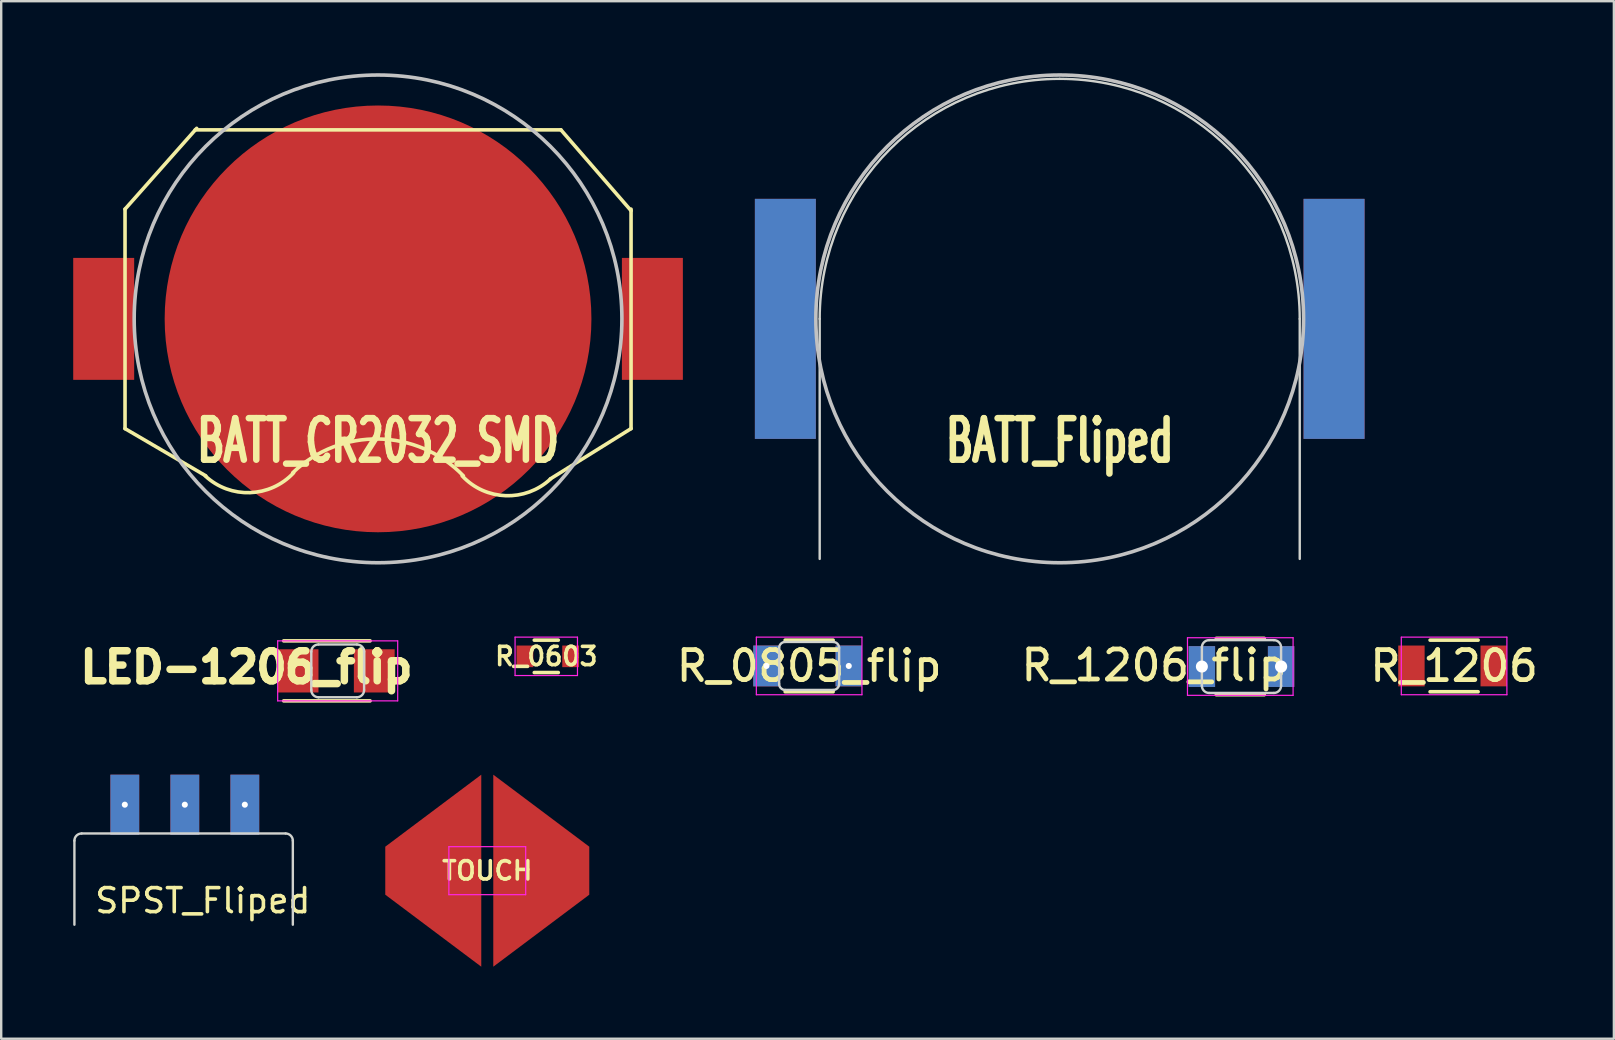
<source format=kicad_pcb>
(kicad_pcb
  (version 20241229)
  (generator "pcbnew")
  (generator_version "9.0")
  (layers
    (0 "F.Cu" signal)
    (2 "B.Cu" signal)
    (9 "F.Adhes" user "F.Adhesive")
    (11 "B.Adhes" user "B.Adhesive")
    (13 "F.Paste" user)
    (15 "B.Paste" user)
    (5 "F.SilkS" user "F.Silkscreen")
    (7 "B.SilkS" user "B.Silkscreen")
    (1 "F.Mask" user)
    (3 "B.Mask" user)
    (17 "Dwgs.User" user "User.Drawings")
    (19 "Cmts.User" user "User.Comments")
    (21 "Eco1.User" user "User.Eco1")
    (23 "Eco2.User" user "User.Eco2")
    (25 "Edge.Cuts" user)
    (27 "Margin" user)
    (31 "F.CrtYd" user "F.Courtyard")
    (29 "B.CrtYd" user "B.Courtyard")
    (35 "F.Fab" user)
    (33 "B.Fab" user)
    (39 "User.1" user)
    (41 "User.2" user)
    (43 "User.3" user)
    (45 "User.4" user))
  (footprint "BATT_Fliped"
    (layer "F.Cu")
    (at 41.1 10.235)
    (property "Reference" "BATT_Fliped" (at 0 5.08 0) (layer "F.SilkS") (effects (font (size 1.73 1.087) (thickness 0.272))))
    (attr through_hole)
    (fp_circle (center 0 0) (end -10.16 0) (stroke (width 0.15) (type solid)) (fill no) (layer "Dwgs.User"))
    (fp_line (start -10 0) (end -10 10) (stroke (width 0.1) (type solid)) (layer "Edge.Cuts"))
    (fp_line (start 10 0) (end 10 10) (stroke (width 0.1) (type solid)) (layer "Edge.Cuts"))
    (fp_arc (start -10 0) (mid -7.071068 -7.071068) (end 0 -10) (stroke (width 0.1) (type solid)) (layer "Edge.Cuts"))
    (fp_arc (start 0 -10) (mid 7.071068 -7.071068) (end 10 0) (stroke (width 0.1) (type solid)) (layer "Edge.Cuts"))
    (pad "1" smd rect (at -11.43 0) (size 2.54 10) (layers "F.Cu" "F.Mask" "F.Paste"))
    (pad "1" smd rect (at 11.43 0) (size 2.54 10) (layers "F.Cu" "F.Mask" "F.Paste"))
    (pad "2" smd rect (at -11.43 0) (size 2.54 10) (layers "B.Cu" "B.Mask" "B.Paste"))
    (pad "2" smd rect (at 11.43 0) (size 2.54 10) (layers "B.Cu" "B.Mask" "B.Paste")))
  (footprint "R_0805_flip"
    (layer "F.Cu")
    (at 30.661 24.695)
    (property "Reference" "R_0805_flip" (at 0 0 0) (layer "F.SilkS") (effects (font (size 1.25 1.25) (thickness 0.2))))
    (attr smd)
    (fp_line (start -1 -1.075) (end 1 -1.075) (stroke (width 0.15) (type solid)) (layer "F.SilkS"))
    (fp_line (start 1 1.075) (end -1 1.075) (stroke (width 0.15) (type solid)) (layer "F.SilkS"))
    (fp_line (start -1.25 -0.75) (end -1.25 0.75) (stroke (width 0.1) (type solid)) (layer "Edge.Cuts"))
    (fp_line (start -1 1) (end 1 1) (stroke (width 0.1) (type solid)) (layer "Edge.Cuts"))
    (fp_line (start 1 -1) (end -1 -1) (stroke (width 0.1) (type solid)) (layer "Edge.Cuts"))
    (fp_line (start 1.25 0.75) (end 1.25 -0.75) (stroke (width 0.1) (type solid)) (layer "Edge.Cuts"))
    (fp_arc (start -1.25 -0.75) (mid -1.176777 -0.926777) (end -1 -1) (stroke (width 0.1) (type solid)) (layer "Edge.Cuts"))
    (fp_arc (start -1 1) (mid -1.176777 0.926777) (end -1.25 0.75) (stroke (width 0.1) (type solid)) (layer "Edge.Cuts"))
    (fp_arc (start 1 -1) (mid 1.176777 -0.926777) (end 1.25 -0.75) (stroke (width 0.1) (type solid)) (layer "Edge.Cuts"))
    (fp_arc (start 1.25 0.75) (mid 1.176777 0.926777) (end 1 1) (stroke (width 0.1) (type solid)) (layer "Edge.Cuts"))
    (fp_line (start -2.2 -1.2) (end -2.2 1.2) (stroke (width 0.05) (type solid)) (layer "F.CrtYd"))
    (fp_line (start -2.2 -1.2) (end 2.2 -1.2) (stroke (width 0.05) (type solid)) (layer "F.CrtYd"))
    (fp_line (start -2.2 1.2) (end 2.2 1.2) (stroke (width 0.05) (type solid)) (layer "F.CrtYd"))
    (fp_line (start 2.2 -1.2) (end 2.2 1.2) (stroke (width 0.05) (type solid)) (layer "F.CrtYd"))
    (pad "1" thru_hole rect (at -1.778 0) (size 1.1 1.7) (drill 0.254) (layers "*.Cu" "*.Paste" "*.Mask"))
    (pad "2" thru_hole rect (at 1.651 0) (size 1.1 1.7) (drill 0.254) (layers "*.Cu" "*.Paste" "*.Mask")))
  (footprint "LED-1206_flip"
    (layer "F.Cu")
    (at 11.019 24.9)
    (property "Reference" "LED-1206_flip" (at -3.8 -0.15 0) (layer "F.SilkS") (effects (font (size 1.25 1.25) (thickness 0.312))))
    (attr smd)
    (fp_line (start -2.25 -1.25) (end 1.35 -1.25) (stroke (width 0.15) (type solid)) (layer "F.SilkS"))
    (fp_line (start -2.25 1.25) (end 1.35 1.25) (stroke (width 0.15) (type solid)) (layer "F.SilkS"))
    (fp_line (start -1.1 -0.8) (end -1.1 0.8) (stroke (width 0.1) (type solid)) (layer "Edge.Cuts"))
    (fp_line (start -0.8 -1.1) (end 0.8 -1.1) (stroke (width 0.1) (type solid)) (layer "Edge.Cuts"))
    (fp_line (start -0.8 1.1) (end 0.8 1.1) (stroke (width 0.1) (type solid)) (layer "Edge.Cuts"))
    (fp_line (start 1.1 -0.8) (end 1.1 0.8) (stroke (width 0.1) (type solid)) (layer "Edge.Cuts"))
    (fp_arc (start -1.1 -0.8) (mid -1.012132 -1.012132) (end -0.8 -1.1) (stroke (width 0.1) (type solid)) (layer "Edge.Cuts"))
    (fp_arc (start -0.8 1.1) (mid -1.012132 1.012132) (end -1.1 0.8) (stroke (width 0.1) (type solid)) (layer "Edge.Cuts"))
    (fp_arc (start 0.8 -1.1) (mid 1.012132 -1.012132) (end 1.1 -0.8) (stroke (width 0.1) (type solid)) (layer "Edge.Cuts"))
    (fp_arc (start 1.1 0.8) (mid 1.012132 1.012132) (end 0.8 1.1) (stroke (width 0.1) (type solid)) (layer "Edge.Cuts"))
    (fp_line (start -2.5 -1.25) (end -2.5 1.25) (stroke (width 0.05) (type solid)) (layer "F.CrtYd"))
    (fp_line (start -2.5 1.25) (end 2.5 1.25) (stroke (width 0.05) (type solid)) (layer "F.CrtYd"))
    (fp_line (start 2.5 -1.25) (end -2.5 -1.25) (stroke (width 0.05) (type solid)) (layer "F.CrtYd"))
    (fp_line (start 2.5 1.25) (end 2.5 -1.25) (stroke (width 0.05) (type solid)) (layer "F.CrtYd"))
    (pad "1" smd rect (at -1.651 0 180) (size 1.7 1.801) (layers "F.Cu" "F.Mask" "F.Paste"))
    (pad "2" smd rect (at 1.524 0 180) (size 1.7 1.801) (layers "F.Cu" "F.Mask" "F.Paste")))
  (footprint "SPST_Fliped"
    (layer "F.Cu")
    (at 4.65 31.475)
    (property "Reference" "SPST_Fliped" (at 0.75 3 0) (layer "F.SilkS") (effects (font (size 1 1) (thickness 0.15))))
    (attr through_hole)
    (fp_line (start -4.6 0.5) (end -4.6 4) (stroke (width 0.1) (type solid)) (layer "Edge.Cuts"))
    (fp_line (start -4.3 0.2) (end 4.2 0.2) (stroke (width 0.1) (type solid)) (layer "Edge.Cuts"))
    (fp_line (start 4.5 0.5) (end 4.5 4) (stroke (width 0.1) (type solid)) (layer "Edge.Cuts"))
    (fp_arc (start -4.6 0.5) (mid -4.512132 0.287868) (end -4.3 0.2) (stroke (width 0.1) (type solid)) (layer "Edge.Cuts"))
    (fp_arc (start 4.2 0.2) (mid 4.412132 0.287868) (end 4.5 0.5) (stroke (width 0.1) (type solid)) (layer "Edge.Cuts"))
    (fp_text user "JS102011SAQN" (at 0 1.7 0) (layer "Edge.Cuts") (effects (font (size 0.8 0.8) (thickness 0.1))))
    (pad "1" thru_hole rect (at 0 -1) (size 1.2 2.5) (drill 0.254) (layers "*.Cu" "*.Paste" "*.Mask"))
    (pad "2" thru_hole rect (at 2.5 -1) (size 1.2 2.5) (drill 0.254) (layers "*.Cu" "*.Paste" "*.Mask"))
    (pad "3" thru_hole rect (at -2.5 -1) (size 1.2 2.5) (drill 0.254) (layers "*.Cu" "*.Paste" "*.Mask")))
  (footprint "TOUCH"
    (layer "F.Cu")
    (at 17.251 33.225)
    (property "Reference" "TOUCH" (at 0 0 0) (layer "F.SilkS") (effects (font (size 0.762 0.762) (thickness 0.15))))
    (attr smd)
    (fp_line (start -1.6 -1) (end -1.6 1) (stroke (width 0.05) (type solid)) (layer "F.CrtYd"))
    (fp_line (start -1.6 -1) (end 1.6 -1) (stroke (width 0.05) (type solid)) (layer "F.CrtYd"))
    (fp_line (start -1.6 1) (end 1.6 1) (stroke (width 0.05) (type solid)) (layer "F.CrtYd"))
    (fp_line (start 1.6 -1) (end 1.6 1) (stroke (width 0.05) (type solid)) (layer "F.CrtYd"))
    (pad "1" smd trapezoid (at -2.25 0) (size 4 5) (rect_delta -3 0) (layers "F.Cu" "F.Mask" "F.Paste"))
    (pad "2" smd trapezoid (at 2.25 0) (size 4 5) (rect_delta 3 0) (layers "F.Cu" "F.Mask" "F.Paste")))
  (footprint "R_0603"
    (layer "F.Cu")
    (at 19.709 24.295)
    (property "Reference" "R_0603" (at 0 0 0) (layer "F.SilkS") (effects (font (size 0.762 0.762) (thickness 0.15))))
    (attr smd)
    (fp_line (start -0.5 -0.675) (end 0.5 -0.675) (stroke (width 0.15) (type solid)) (layer "F.SilkS"))
    (fp_line (start 0.5 0.675) (end -0.5 0.675) (stroke (width 0.15) (type solid)) (layer "F.SilkS"))
    (fp_line (start -1.3 -0.8) (end -1.3 0.8) (stroke (width 0.05) (type solid)) (layer "F.CrtYd"))
    (fp_line (start -1.3 -0.8) (end 1.3 -0.8) (stroke (width 0.05) (type solid)) (layer "F.CrtYd"))
    (fp_line (start -1.3 0.8) (end 1.3 0.8) (stroke (width 0.05) (type solid)) (layer "F.CrtYd"))
    (fp_line (start 1.3 -0.8) (end 1.3 0.8) (stroke (width 0.05) (type solid)) (layer "F.CrtYd"))
    (pad "1" smd rect (at -0.889 0) (size 0.7 0.9) (layers "F.Cu" "F.Mask" "F.Paste"))
    (pad "2" smd rect (at 1.016 0) (size 0.7 0.9) (layers "F.Cu" "F.Mask" "F.Paste")))
  (footprint "R_1206_flip"
    (layer "F.Cu")
    (at 48.623 24.72)
    (property "Reference" "R_1206_flip" (at -3.6 -0.05 0) (layer "F.SilkS") (effects (font (size 1.25 1.25) (thickness 0.2))))
    (attr smd)
    (fp_line (start -1 -1.175) (end 1 -1.175) (stroke (width 0.15) (type solid)) (layer "F.SilkS"))
    (fp_line (start 1 1.175) (end -1 1.175) (stroke (width 0.15) (type solid)) (layer "F.SilkS"))
    (fp_line (start -1.6 -0.8) (end -1.6 0.8) (stroke (width 0.1) (type solid)) (layer "Edge.Cuts"))
    (fp_line (start -1.3 -1.1) (end 1.4 -1.1) (stroke (width 0.1) (type solid)) (layer "Edge.Cuts"))
    (fp_line (start -1.3 1.1) (end 1.4 1.1) (stroke (width 0.1) (type solid)) (layer "Edge.Cuts"))
    (fp_line (start 1.7 -0.8) (end 1.7 0.8) (stroke (width 0.1) (type solid)) (layer "Edge.Cuts"))
    (fp_arc (start -1.6 -0.8) (mid -1.512132 -1.012132) (end -1.3 -1.1) (stroke (width 0.1) (type solid)) (layer "Edge.Cuts"))
    (fp_arc (start -1.3 1.1) (mid -1.512132 1.012132) (end -1.6 0.8) (stroke (width 0.1) (type solid)) (layer "Edge.Cuts"))
    (fp_arc (start 1.4 -1.1) (mid 1.612132 -1.012132) (end 1.7 -0.8) (stroke (width 0.1) (type solid)) (layer "Edge.Cuts"))
    (fp_arc (start 1.7 0.8) (mid 1.612132 1.012132) (end 1.4 1.1) (stroke (width 0.1) (type solid)) (layer "Edge.Cuts"))
    (fp_line (start -2.2 -1.2) (end -2.2 1.2) (stroke (width 0.05) (type solid)) (layer "F.CrtYd"))
    (fp_line (start -2.2 -1.2) (end 2.2 -1.2) (stroke (width 0.05) (type solid)) (layer "F.CrtYd"))
    (fp_line (start -2.2 1.2) (end 2.2 1.2) (stroke (width 0.05) (type solid)) (layer "F.CrtYd"))
    (fp_line (start 2.2 -1.2) (end 2.2 1.2) (stroke (width 0.05) (type solid)) (layer "F.CrtYd"))
    (pad "1" thru_hole rect (at -1.6 0) (size 1.1 1.7) (drill 0.5) (layers "*.Cu" "*.Paste" "*.Mask"))
    (pad "2" thru_hole rect (at 1.7 0) (size 1.1 1.7) (drill 0.508) (layers "*.Cu" "*.Paste" "*.Mask")))
  (footprint "R_1206"
    (layer "F.Cu")
    (at 57.531 24.695)
    (property "Reference" "R_1206" (at 0 0 0) (layer "F.SilkS") (effects (font (size 1.25 1.25) (thickness 0.2))))
    (attr smd)
    (fp_line (start -1 -1.075) (end 1 -1.075) (stroke (width 0.15) (type solid)) (layer "F.SilkS"))
    (fp_line (start 1 1.075) (end -1 1.075) (stroke (width 0.15) (type solid)) (layer "F.SilkS"))
    (fp_line (start -2.2 -1.2) (end -2.2 1.2) (stroke (width 0.05) (type solid)) (layer "F.CrtYd"))
    (fp_line (start -2.2 -1.2) (end 2.2 -1.2) (stroke (width 0.05) (type solid)) (layer "F.CrtYd"))
    (fp_line (start -2.2 1.2) (end 2.2 1.2) (stroke (width 0.05) (type solid)) (layer "F.CrtYd"))
    (fp_line (start 2.2 -1.2) (end 2.2 1.2) (stroke (width 0.05) (type solid)) (layer "F.CrtYd"))
    (pad "1" smd rect (at -1.778 0) (size 1.1 1.7) (layers "F.Cu" "F.Mask" "F.Paste"))
    (pad "2" smd rect (at 1.651 0) (size 1.1 1.7) (layers "F.Cu" "F.Mask" "F.Paste")))
  (footprint "BATT_CR2032_SMD"
    (layer "F.Cu")
    (at 12.7 10.235)
    (property "Reference" "BATT_CR2032_SMD" (at 0 5.08 0) (layer "F.SilkS") (effects (font (size 1.73 1.087) (thickness 0.272))))
    (attr through_hole)
    (fp_line (start -10.541 -4.572) (end -7.556 -7.938) (stroke (width 0.15) (type solid)) (layer "F.SilkS"))
    (fp_line (start -10.541 4.572) (end -10.541 -4.572) (stroke (width 0.15) (type solid)) (layer "F.SilkS"))
    (fp_line (start -7.62 -7.874) (end 7.62 -7.874) (stroke (width 0.15) (type solid)) (layer "F.SilkS"))
    (fp_line (start -7.176 6.54) (end -10.541 4.572) (stroke (width 0.15) (type solid)) (layer "F.SilkS"))
    (fp_line (start 7.176 6.668) (end 10.541 4.572) (stroke (width 0.15) (type solid)) (layer "F.SilkS"))
    (fp_line (start 7.62 -7.874) (end 10.541 -4.508) (stroke (width 0.15) (type solid)) (layer "F.SilkS"))
    (fp_line (start 10.541 4.572) (end 10.541 -4.572) (stroke (width 0.15) (type solid)) (layer "F.SilkS"))
    (fp_arc (start -3.556 6.4135) (mid 0.026303 5.004057) (end 3.556 6.5405) (stroke (width 0.15) (type solid)) (layer "F.SilkS"))
    (fp_arc (start -3.5179 6.4135) (mid -5.333097 7.239774) (end -7.2009 6.5405) (stroke (width 0.15) (type solid)) (layer "F.SilkS"))
    (fp_arc (start 7.1882 6.6675) (mid 5.320397 7.366774) (end 3.5052 6.5405) (stroke (width 0.15) (type solid)) (layer "F.SilkS"))
    (fp_circle (center 0 0) (end -10.16 0) (stroke (width 0.15) (type solid)) (fill no) (layer "Dwgs.User"))
    (pad "1" smd rect (at -11.43 0) (size 2.54 5.08) (layers "F.Cu" "F.Mask" "F.Paste"))
    (pad "1" smd rect (at 11.43 0) (size 2.54 5.08) (layers "F.Cu" "F.Mask" "F.Paste"))
    (pad "2" smd circle (at 0 0) (size 17.78 17.78) (layers "F.Cu" "F.Mask" "F.Paste")))
  (gr_rect
    (start -3 -3)
    (end 64.188 40.225)
    (stroke (width 0.1) (type default))
    (fill no)
    (layer "Edge.Cuts")))
</source>
